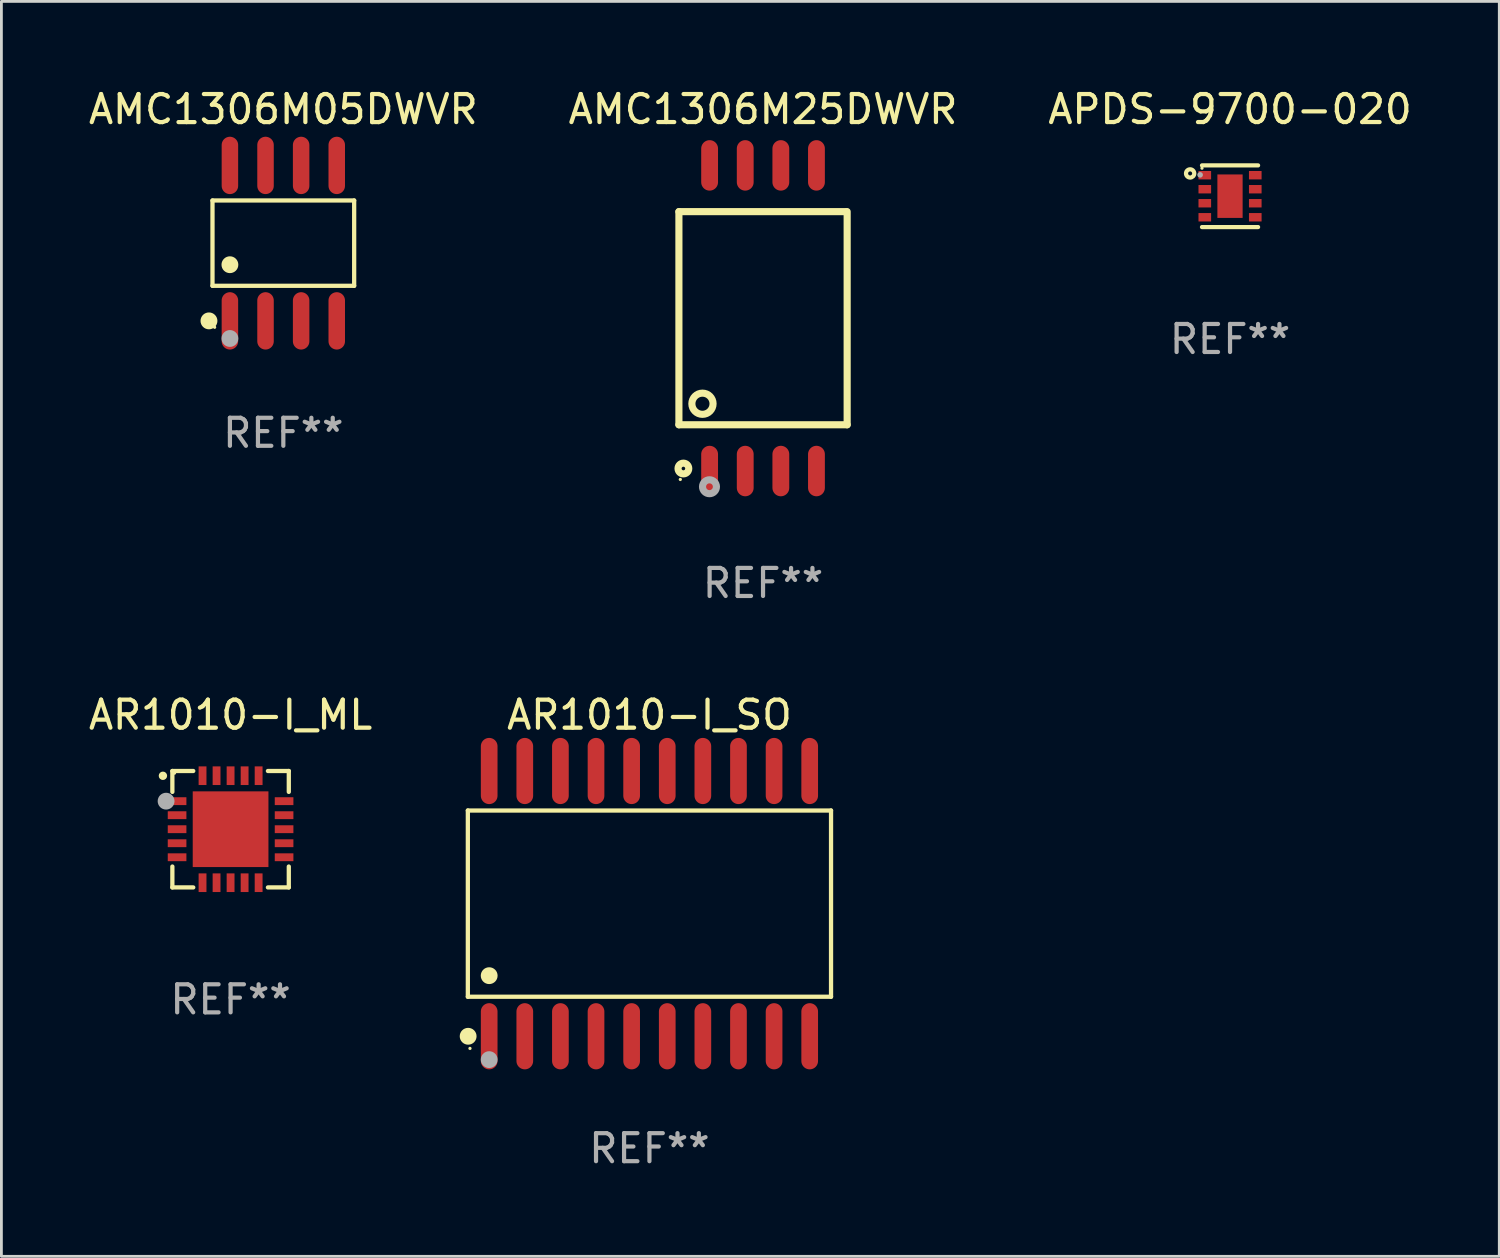
<source format=kicad_pcb>
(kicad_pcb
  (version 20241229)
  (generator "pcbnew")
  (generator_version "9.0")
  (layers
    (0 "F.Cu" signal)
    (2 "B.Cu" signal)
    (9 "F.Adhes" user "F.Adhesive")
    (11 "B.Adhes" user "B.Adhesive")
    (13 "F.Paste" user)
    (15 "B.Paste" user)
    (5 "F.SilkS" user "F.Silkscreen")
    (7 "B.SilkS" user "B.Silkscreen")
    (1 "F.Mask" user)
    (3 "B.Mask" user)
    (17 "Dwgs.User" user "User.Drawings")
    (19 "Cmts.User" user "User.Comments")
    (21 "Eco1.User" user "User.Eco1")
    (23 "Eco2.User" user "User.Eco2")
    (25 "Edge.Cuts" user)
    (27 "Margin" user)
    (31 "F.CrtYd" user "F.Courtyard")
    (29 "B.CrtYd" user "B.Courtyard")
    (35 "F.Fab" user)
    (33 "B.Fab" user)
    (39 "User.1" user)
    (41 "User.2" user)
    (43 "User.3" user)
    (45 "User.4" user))
  (footprint "AR1010-I_SO"
    (layer "F.Cu")
    (at 20.11 29.175)
    (property "Reference" "AR1010-I_SO" (at 0 -6.73 0) (layer "F.SilkS") (effects (font (size 1 1) (thickness 0.15))))
    (attr through_hole)
    (fp_line (start -6.476 -3.321) (end 6.476 -3.321) (stroke (width 0.152) (type solid)) (layer "F.SilkS"))
    (fp_line (start -6.476 3.321) (end -6.476 -3.321) (stroke (width 0.152) (type solid)) (layer "F.SilkS"))
    (fp_line (start 6.476 -3.321) (end 6.476 3.321) (stroke (width 0.152) (type solid)) (layer "F.SilkS"))
    (fp_line (start 6.476 3.321) (end -6.476 3.321) (stroke (width 0.152) (type solid)) (layer "F.SilkS"))
    (fp_circle (center -6.465 4.73) (end -6.315 4.73) (stroke (width 0.3) (type solid)) (fill no) (layer "F.SilkS"))
    (fp_circle (center -6.4 5.163) (end -6.37 5.163) (stroke (width 0.06) (type solid)) (fill no) (layer "F.SilkS"))
    (fp_circle (center -5.715 2.569) (end -5.565 2.569) (stroke (width 0.3) (type solid)) (fill no) (layer "F.SilkS"))
    (fp_circle (center -5.715 5.563) (end -5.565 5.563) (stroke (width 0.3) (type solid)) (fill no) (layer "F.Fab"))
    (fp_text user "REF**" (at 0 8.73 0) (layer "F.Fab") (effects (font (size 1 1) (thickness 0.15))))
    (pad "1" smd oval (at -5.715 4.73) (size 0.595 2.36) (layers "F.Cu" "F.Mask" "F.Paste"))
    (pad "2" smd oval (at -4.445 4.73) (size 0.595 2.36) (layers "F.Cu" "F.Mask" "F.Paste"))
    (pad "3" smd oval (at -3.175 4.73) (size 0.595 2.36) (layers "F.Cu" "F.Mask" "F.Paste"))
    (pad "4" smd oval (at -1.905 4.73) (size 0.595 2.36) (layers "F.Cu" "F.Mask" "F.Paste"))
    (pad "5" smd oval (at -0.635 4.73) (size 0.595 2.36) (layers "F.Cu" "F.Mask" "F.Paste"))
    (pad "6" smd oval (at 0.635 4.73) (size 0.595 2.36) (layers "F.Cu" "F.Mask" "F.Paste"))
    (pad "7" smd oval (at 1.905 4.73) (size 0.595 2.36) (layers "F.Cu" "F.Mask" "F.Paste"))
    (pad "8" smd oval (at 3.175 4.73) (size 0.595 2.36) (layers "F.Cu" "F.Mask" "F.Paste"))
    (pad "9" smd oval (at 4.445 4.73) (size 0.595 2.36) (layers "F.Cu" "F.Mask" "F.Paste"))
    (pad "10" smd oval (at 5.715 4.73) (size 0.595 2.36) (layers "F.Cu" "F.Mask" "F.Paste"))
    (pad "11" smd oval (at 5.715 -4.73) (size 0.595 2.36) (layers "F.Cu" "F.Mask" "F.Paste"))
    (pad "12" smd oval (at 4.445 -4.73) (size 0.595 2.36) (layers "F.Cu" "F.Mask" "F.Paste"))
    (pad "13" smd oval (at 3.175 -4.73) (size 0.595 2.36) (layers "F.Cu" "F.Mask" "F.Paste"))
    (pad "14" smd oval (at 1.905 -4.73) (size 0.595 2.36) (layers "F.Cu" "F.Mask" "F.Paste"))
    (pad "15" smd oval (at 0.635 -4.73) (size 0.595 2.36) (layers "F.Cu" "F.Mask" "F.Paste"))
    (pad "16" smd oval (at -0.635 -4.73) (size 0.595 2.36) (layers "F.Cu" "F.Mask" "F.Paste"))
    (pad "17" smd oval (at -1.905 -4.73) (size 0.595 2.36) (layers "F.Cu" "F.Mask" "F.Paste"))
    (pad "18" smd oval (at -3.175 -4.73) (size 0.595 2.36) (layers "F.Cu" "F.Mask" "F.Paste"))
    (pad "19" smd oval (at -4.445 -4.73) (size 0.595 2.36) (layers "F.Cu" "F.Mask" "F.Paste"))
    (pad "20" smd oval (at -5.715 -4.73) (size 0.595 2.36) (layers "F.Cu" "F.Mask" "F.Paste")))
  (footprint "AMC1306M05DWVR"
    (layer "F.Cu")
    (at 7.054 5.621)
    (property "Reference" "AMC1306M05DWVR" (at 0 -4.772 0) (layer "F.SilkS") (effects (font (size 1 1) (thickness 0.15))))
    (attr through_hole)
    (fp_line (start -2.526 -1.521) (end 2.526 -1.521) (stroke (width 0.152) (type solid)) (layer "F.SilkS"))
    (fp_line (start -2.526 1.521) (end -2.526 -1.521) (stroke (width 0.152) (type solid)) (layer "F.SilkS"))
    (fp_line (start 2.526 -1.521) (end 2.526 1.521) (stroke (width 0.152) (type solid)) (layer "F.SilkS"))
    (fp_line (start 2.526 1.521) (end -2.526 1.521) (stroke (width 0.152) (type solid)) (layer "F.SilkS"))
    (fp_circle (center -2.652 2.772) (end -2.501 2.772) (stroke (width 0.3) (type solid)) (fill no) (layer "F.SilkS"))
    (fp_circle (center -2.45 3) (end -2.42 3) (stroke (width 0.06) (type solid)) (fill no) (layer "F.SilkS"))
    (fp_circle (center -1.905 0.769) (end -1.755 0.769) (stroke (width 0.3) (type solid)) (fill no) (layer "F.SilkS"))
    (fp_circle (center -1.905 3.4) (end -1.755 3.4) (stroke (width 0.3) (type solid)) (fill no) (layer "F.Fab"))
    (fp_text user "REF**" (at 0 6.772 0) (layer "F.Fab") (effects (font (size 1 1) (thickness 0.15))))
    (pad "1" smd oval (at -1.905 2.772) (size 0.588 2.045) (layers "F.Cu" "F.Mask" "F.Paste"))
    (pad "2" smd oval (at -0.635 2.772) (size 0.588 2.045) (layers "F.Cu" "F.Mask" "F.Paste"))
    (pad "3" smd oval (at 0.635 2.772) (size 0.588 2.045) (layers "F.Cu" "F.Mask" "F.Paste"))
    (pad "4" smd oval (at 1.905 2.772) (size 0.588 2.045) (layers "F.Cu" "F.Mask" "F.Paste"))
    (pad "5" smd oval (at 1.905 -2.772) (size 0.588 2.045) (layers "F.Cu" "F.Mask" "F.Paste"))
    (pad "6" smd oval (at 0.635 -2.772) (size 0.588 2.045) (layers "F.Cu" "F.Mask" "F.Paste"))
    (pad "7" smd oval (at -0.635 -2.772) (size 0.588 2.045) (layers "F.Cu" "F.Mask" "F.Paste"))
    (pad "8" smd oval (at -1.905 -2.772) (size 0.588 2.045) (layers "F.Cu" "F.Mask" "F.Paste")))
  (footprint "APDS-9700-020"
    (layer "F.Cu")
    (at 40.815 3.948)
    (property "Reference" "APDS-9700-020" (at 0 -3.1 0) (layer "F.SilkS") (effects (font (size 1 1) (thickness 0.15))))
    (attr through_hole)
    (fp_line (start 1 -1.1) (end -1 -1.1) (stroke (width 0.15) (type solid)) (layer "F.SilkS"))
    (fp_line (start 1 1.1) (end -1 1.1) (stroke (width 0.15) (type solid)) (layer "F.SilkS"))
    (fp_circle (center -1.423 -0.813) (end -1.351 -0.813) (stroke (width 0.15) (type solid)) (fill no) (layer "F.SilkS"))
    (fp_circle (center -1 -1) (end -0.97 -1) (stroke (width 0.06) (type solid)) (fill no) (layer "F.SilkS"))
    (fp_circle (center -1.067 -0.762) (end -1.017 -0.762) (stroke (width 0.1) (type solid)) (fill no) (layer "F.Fab"))
    (fp_text user "REF**" (at 0 5.1 0) (layer "F.Fab") (effects (font (size 1 1) (thickness 0.15))))
    (pad "1" smd rect (at -0.9 -0.75) (size 0.45 0.3) (layers "F.Cu" "F.Mask" "F.Paste"))
    (pad "2" smd rect (at -0.9 -0.25) (size 0.45 0.3) (layers "F.Cu" "F.Mask" "F.Paste"))
    (pad "3" smd rect (at -0.9 0.25) (size 0.45 0.3) (layers "F.Cu" "F.Mask" "F.Paste"))
    (pad "4" smd rect (at -0.9 0.75) (size 0.45 0.3) (layers "F.Cu" "F.Mask" "F.Paste"))
    (pad "5" smd rect (at 0.9 0.75) (size 0.45 0.3) (layers "F.Cu" "F.Mask" "F.Paste"))
    (pad "6" smd rect (at 0.9 0.25) (size 0.45 0.3) (layers "F.Cu" "F.Mask" "F.Paste"))
    (pad "7" smd rect (at 0.9 -0.25) (size 0.45 0.3) (layers "F.Cu" "F.Mask" "F.Paste"))
    (pad "8" smd rect (at 0.9 -0.75) (size 0.45 0.3) (layers "F.Cu" "F.Mask" "F.Paste"))
    (pad "9" smd rect (at -0.001 -0.002) (size 0.9 1.55) (layers "F.Cu" "F.Mask" "F.Paste")))
  (footprint "AR1010-I_ML"
    (layer "F.Cu")
    (at 5.173 26.521)
    (property "Reference" "AR1010-I_ML" (at 0 -4.076 0) (layer "F.SilkS") (effects (font (size 1 1) (thickness 0.15))))
    (attr through_hole)
    (fp_line (start -2.076 -2.076) (end -2.076 -1.331) (stroke (width 0.152) (type solid)) (layer "F.SilkS"))
    (fp_line (start -2.076 2.076) (end -2.076 1.331) (stroke (width 0.152) (type solid)) (layer "F.SilkS"))
    (fp_line (start -1.331 -2.076) (end -2.076 -2.076) (stroke (width 0.152) (type solid)) (layer "F.SilkS"))
    (fp_line (start -1.331 2.076) (end -2.076 2.076) (stroke (width 0.152) (type solid)) (layer "F.SilkS"))
    (fp_line (start 1.331 -2.076) (end 2.076 -2.076) (stroke (width 0.152) (type solid)) (layer "F.SilkS"))
    (fp_line (start 1.331 2.076) (end 2.076 2.076) (stroke (width 0.152) (type solid)) (layer "F.SilkS"))
    (fp_line (start 2.076 -2.076) (end 2.076 -1.331) (stroke (width 0.152) (type solid)) (layer "F.SilkS"))
    (fp_line (start 2.076 2.076) (end 2.076 1.331) (stroke (width 0.152) (type solid)) (layer "F.SilkS"))
    (fp_circle (center -2.413 -1.905) (end -2.338 -1.905) (stroke (width 0.15) (type solid)) (fill no) (layer "F.SilkS"))
    (fp_circle (center -2 -2) (end -1.97 -2) (stroke (width 0.06) (type solid)) (fill no) (layer "F.SilkS"))
    (fp_circle (center -2.3 -1) (end -2.15 -1) (stroke (width 0.3) (type solid)) (fill no) (layer "F.Fab"))
    (fp_text user "REF**" (at 0 6.076 0) (layer "F.Fab") (effects (font (size 1 1) (thickness 0.15))))
    (pad "1" smd rect (at -1.908 -1) (size 0.665 0.28) (layers "F.Cu" "F.Mask" "F.Paste"))
    (pad "2" smd rect (at -1.908 -0.5) (size 0.665 0.28) (layers "F.Cu" "F.Mask" "F.Paste"))
    (pad "3" smd rect (at -1.908 0) (size 0.665 0.28) (layers "F.Cu" "F.Mask" "F.Paste"))
    (pad "4" smd rect (at -1.908 0.5) (size 0.665 0.28) (layers "F.Cu" "F.Mask" "F.Paste"))
    (pad "5" smd rect (at -1.908 1) (size 0.665 0.28) (layers "F.Cu" "F.Mask" "F.Paste"))
    (pad "6" smd rect (at -1 1.908) (size 0.28 0.665) (layers "F.Cu" "F.Mask" "F.Paste"))
    (pad "7" smd rect (at -0.5 1.908) (size 0.28 0.665) (layers "F.Cu" "F.Mask" "F.Paste"))
    (pad "8" smd rect (at 0 1.908) (size 0.28 0.665) (layers "F.Cu" "F.Mask" "F.Paste"))
    (pad "9" smd rect (at 0.5 1.908) (size 0.28 0.665) (layers "F.Cu" "F.Mask" "F.Paste"))
    (pad "10" smd rect (at 1 1.908) (size 0.28 0.665) (layers "F.Cu" "F.Mask" "F.Paste"))
    (pad "11" smd rect (at 1.908 1) (size 0.665 0.28) (layers "F.Cu" "F.Mask" "F.Paste"))
    (pad "12" smd rect (at 1.908 0.5) (size 0.665 0.28) (layers "F.Cu" "F.Mask" "F.Paste"))
    (pad "13" smd rect (at 1.908 0) (size 0.665 0.28) (layers "F.Cu" "F.Mask" "F.Paste"))
    (pad "14" smd rect (at 1.908 -0.5) (size 0.665 0.28) (layers "F.Cu" "F.Mask" "F.Paste"))
    (pad "15" smd rect (at 1.908 -1) (size 0.665 0.28) (layers "F.Cu" "F.Mask" "F.Paste"))
    (pad "16" smd rect (at 1 -1.908) (size 0.28 0.665) (layers "F.Cu" "F.Mask" "F.Paste"))
    (pad "17" smd rect (at 0.5 -1.908) (size 0.28 0.665) (layers "F.Cu" "F.Mask" "F.Paste"))
    (pad "18" smd rect (at 0 -1.908) (size 0.28 0.665) (layers "F.Cu" "F.Mask" "F.Paste"))
    (pad "19" smd rect (at -0.5 -1.908) (size 0.28 0.665) (layers "F.Cu" "F.Mask" "F.Paste"))
    (pad "20" smd rect (at -1 -1.908) (size 0.28 0.665) (layers "F.Cu" "F.Mask" "F.Paste"))
    (pad "21" smd rect (at 0 0) (size 2.7 2.7) (layers "F.Cu" "F.Mask" "F.Paste")))
  (footprint "AMC1306M25DWVR"
    (layer "F.Cu")
    (at 24.161 8.298)
    (property "Reference" "AMC1306M25DWVR" (at 0 -7.45 0) (layer "F.SilkS") (effects (font (size 1 1) (thickness 0.15))))
    (attr through_hole)
    (fp_line (start -3 -3.8) (end -3 3.8) (stroke (width 0.254) (type solid)) (layer "F.SilkS"))
    (fp_line (start -3 -3.8) (end 2.97 -3.8) (stroke (width 0.254) (type solid)) (layer "F.SilkS"))
    (fp_line (start -3 3.8) (end 3 3.8) (stroke (width 0.254) (type solid)) (layer "F.SilkS"))
    (fp_line (start 3 -3.8) (end 3 3.8) (stroke (width 0.254) (type solid)) (layer "F.SilkS"))
    (fp_circle (center -2.95 5.75) (end -2.92 5.75) (stroke (width 0.06) (type solid)) (fill no) (layer "F.SilkS"))
    (fp_circle (center -2.84 5.36) (end -2.649 5.36) (stroke (width 0.254) (type solid)) (fill no) (layer "F.SilkS"))
    (fp_circle (center -2.16 3.05) (end -1.782 3.05) (stroke (width 0.254) (type solid)) (fill no) (layer "F.SilkS"))
    (fp_circle (center -1.91 6.01) (end -1.789 6.01) (stroke (width 0.254) (type solid)) (fill no) (layer "F.Fab"))
    (fp_text user "REF**" (at 0 9.45 0) (layer "F.Fab") (effects (font (size 1 1) (thickness 0.15))))
    (pad "1" smd oval (at -1.905 5.45 180) (size 0.6 1.8) (layers "F.Cu" "F.Mask" "F.Paste"))
    (pad "2" smd oval (at -0.635 5.45 180) (size 0.6 1.8) (layers "F.Cu" "F.Mask" "F.Paste"))
    (pad "3" smd oval (at 0.635 5.45 180) (size 0.6 1.8) (layers "F.Cu" "F.Mask" "F.Paste"))
    (pad "4" smd oval (at 1.905 5.45 180) (size 0.6 1.8) (layers "F.Cu" "F.Mask" "F.Paste"))
    (pad "5" smd oval (at 1.905 -5.45 180) (size 0.6 1.8) (layers "F.Cu" "F.Mask" "F.Paste"))
    (pad "6" smd oval (at 0.635 -5.45 180) (size 0.6 1.8) (layers "F.Cu" "F.Mask" "F.Paste"))
    (pad "7" smd oval (at -0.635 -5.45 180) (size 0.6 1.8) (layers "F.Cu" "F.Mask" "F.Paste"))
    (pad "8" smd oval (at -1.905 -5.45 180) (size 0.6 1.8) (layers "F.Cu" "F.Mask" "F.Paste")))
  (gr_rect
    (start -3 -3)
    (end 50.417 41.753)
    (stroke (width 0.1) (type default))
    (fill no)
    (layer "Edge.Cuts")))
</source>
